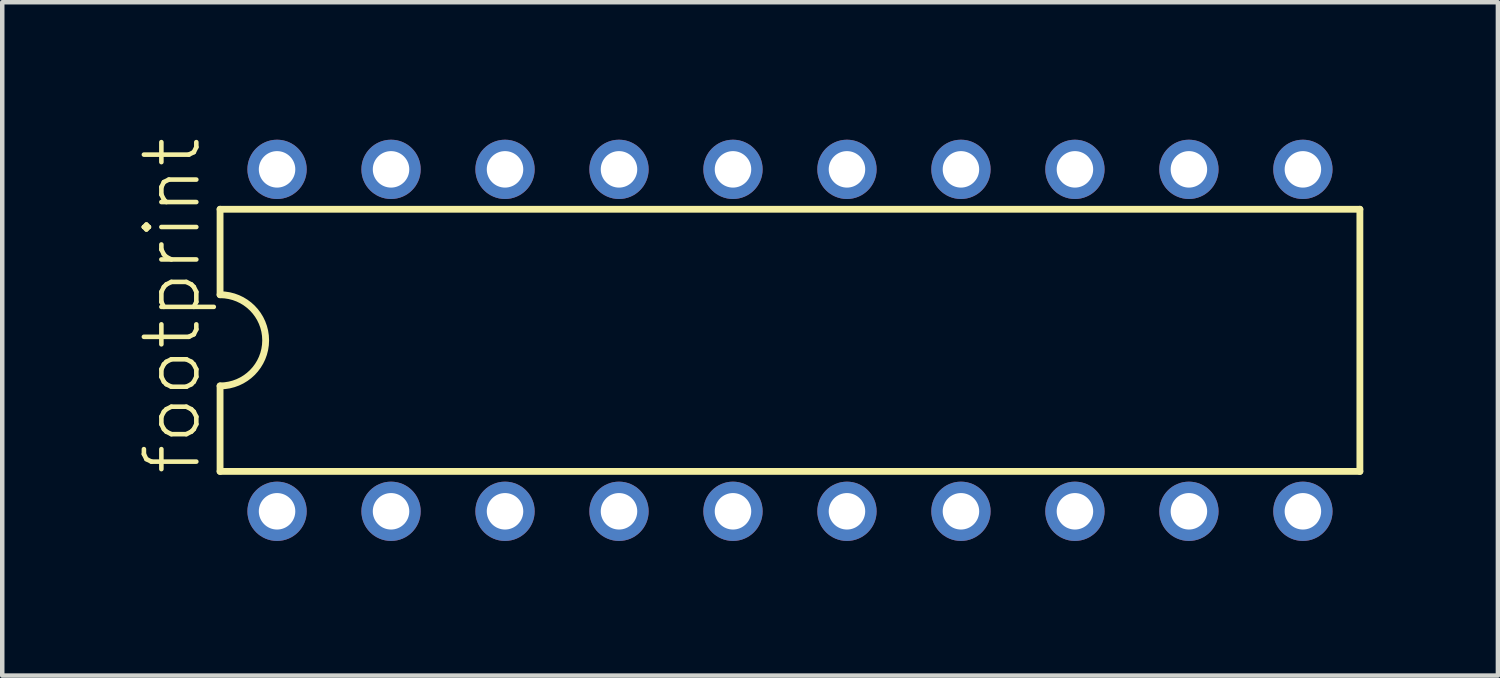
<source format=kicad_pcb>
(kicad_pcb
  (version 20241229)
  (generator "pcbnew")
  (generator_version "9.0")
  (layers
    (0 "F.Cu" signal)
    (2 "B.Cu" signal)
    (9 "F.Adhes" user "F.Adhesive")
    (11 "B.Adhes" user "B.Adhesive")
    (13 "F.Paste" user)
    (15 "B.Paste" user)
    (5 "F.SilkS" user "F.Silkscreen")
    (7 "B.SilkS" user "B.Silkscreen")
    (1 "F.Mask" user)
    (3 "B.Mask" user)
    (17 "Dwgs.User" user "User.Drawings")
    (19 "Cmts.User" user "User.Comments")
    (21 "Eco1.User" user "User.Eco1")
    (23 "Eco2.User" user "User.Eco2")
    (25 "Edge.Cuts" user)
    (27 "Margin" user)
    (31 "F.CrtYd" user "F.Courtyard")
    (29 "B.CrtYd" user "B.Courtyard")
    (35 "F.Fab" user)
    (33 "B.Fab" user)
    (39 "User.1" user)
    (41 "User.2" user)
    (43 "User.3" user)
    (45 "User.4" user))
  (footprint "footprint"
    (layer "F.Cu")
    (at 14.554 4.534)
    (property "Reference" "footprint" (at -13.081 3.048 90) (layer "F.SilkS") (effects (font (size 1.168 1.168) (thickness 0.102)) (justify left bottom)))
    (fp_line (start -12.7 -2.921) (end -12.7 -1.016) (stroke (width 0.152) (type solid)) (layer "F.SilkS"))
    (fp_line (start -12.7 2.921) (end -12.7 1.016) (stroke (width 0.152) (type solid)) (layer "F.SilkS"))
    (fp_line (start -12.7 2.921) (end 12.7 2.921) (stroke (width 0.152) (type solid)) (layer "F.SilkS"))
    (fp_line (start 12.7 -2.921) (end -12.7 -2.921) (stroke (width 0.152) (type solid)) (layer "F.SilkS"))
    (fp_line (start 12.7 -2.921) (end 12.7 2.921) (stroke (width 0.152) (type solid)) (layer "F.SilkS"))
    (fp_arc (start -12.7 -1.016) (mid -11.684 0) (end -12.7 1.016) (stroke (width 0.1524) (type solid)) (layer "F.SilkS"))
    (pad "1" thru_hole circle (at -11.43 3.81 90) (size 1.321 1.321) (drill 0.813) (layers "*.Cu" "*.Mask"))
    (pad "2" thru_hole circle (at -8.89 3.81 90) (size 1.321 1.321) (drill 0.813) (layers "*.Cu" "*.Mask"))
    (pad "3" thru_hole circle (at -6.35 3.81 90) (size 1.321 1.321) (drill 0.813) (layers "*.Cu" "*.Mask"))
    (pad "4" thru_hole circle (at -3.81 3.81 90) (size 1.321 1.321) (drill 0.813) (layers "*.Cu" "*.Mask"))
    (pad "5" thru_hole circle (at -1.27 3.81 90) (size 1.321 1.321) (drill 0.813) (layers "*.Cu" "*.Mask"))
    (pad "6" thru_hole circle (at 1.27 3.81 90) (size 1.321 1.321) (drill 0.813) (layers "*.Cu" "*.Mask"))
    (pad "7" thru_hole circle (at 3.81 3.81 90) (size 1.321 1.321) (drill 0.813) (layers "*.Cu" "*.Mask"))
    (pad "8" thru_hole circle (at 6.35 3.81 90) (size 1.321 1.321) (drill 0.813) (layers "*.Cu" "*.Mask"))
    (pad "9" thru_hole circle (at 8.89 3.81 90) (size 1.321 1.321) (drill 0.813) (layers "*.Cu" "*.Mask"))
    (pad "10" thru_hole circle (at 11.43 3.81 90) (size 1.321 1.321) (drill 0.813) (layers "*.Cu" "*.Mask"))
    (pad "11" thru_hole circle (at 11.43 -3.81 90) (size 1.321 1.321) (drill 0.813) (layers "*.Cu" "*.Mask"))
    (pad "12" thru_hole circle (at 8.89 -3.81 90) (size 1.321 1.321) (drill 0.813) (layers "*.Cu" "*.Mask"))
    (pad "13" thru_hole circle (at 6.35 -3.81 90) (size 1.321 1.321) (drill 0.813) (layers "*.Cu" "*.Mask"))
    (pad "14" thru_hole circle (at 3.81 -3.81 90) (size 1.321 1.321) (drill 0.813) (layers "*.Cu" "*.Mask"))
    (pad "15" thru_hole circle (at 1.27 -3.81 90) (size 1.321 1.321) (drill 0.813) (layers "*.Cu" "*.Mask"))
    (pad "16" thru_hole circle (at -1.27 -3.81 90) (size 1.321 1.321) (drill 0.813) (layers "*.Cu" "*.Mask"))
    (pad "17" thru_hole circle (at -3.81 -3.81 90) (size 1.321 1.321) (drill 0.813) (layers "*.Cu" "*.Mask"))
    (pad "18" thru_hole circle (at -6.35 -3.81 90) (size 1.321 1.321) (drill 0.813) (layers "*.Cu" "*.Mask"))
    (pad "19" thru_hole circle (at -8.89 -3.81 90) (size 1.321 1.321) (drill 0.813) (layers "*.Cu" "*.Mask"))
    (pad "20" thru_hole circle (at -11.43 -3.81 90) (size 1.321 1.321) (drill 0.813) (layers "*.Cu" "*.Mask")))
  (gr_rect
    (start -3 -3)
    (end 30.33 12.005)
    (stroke (width 0.1) (type default))
    (fill no)
    (layer "Edge.Cuts")))
</source>
